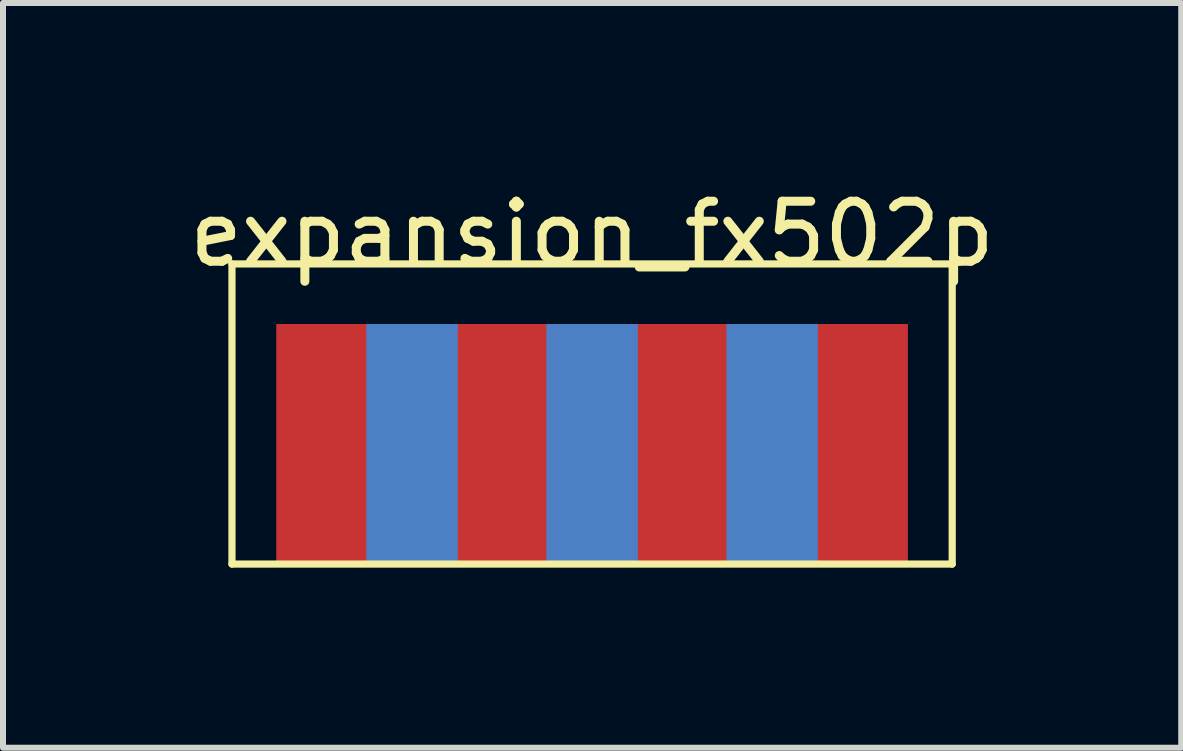
<source format=kicad_pcb>
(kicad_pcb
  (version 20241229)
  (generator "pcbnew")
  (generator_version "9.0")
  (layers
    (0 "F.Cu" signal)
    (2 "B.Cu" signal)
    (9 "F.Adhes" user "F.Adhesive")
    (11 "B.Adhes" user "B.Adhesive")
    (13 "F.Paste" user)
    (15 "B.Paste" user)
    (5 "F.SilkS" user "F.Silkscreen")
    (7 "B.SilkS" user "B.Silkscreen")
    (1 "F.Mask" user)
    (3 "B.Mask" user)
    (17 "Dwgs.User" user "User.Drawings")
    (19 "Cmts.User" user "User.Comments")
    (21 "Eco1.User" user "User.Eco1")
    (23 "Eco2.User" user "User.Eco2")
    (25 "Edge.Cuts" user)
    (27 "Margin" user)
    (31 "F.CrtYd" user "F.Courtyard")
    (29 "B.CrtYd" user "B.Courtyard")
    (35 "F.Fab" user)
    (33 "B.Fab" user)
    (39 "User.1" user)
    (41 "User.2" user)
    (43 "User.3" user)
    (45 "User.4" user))
  (footprint "expansion_fx502p"
    (layer "F.Cu")
    (at 6.315 1.848)
    (property "Reference" "expansion_fx502p" (at 0.5 -1 0) (layer "F.SilkS") (effects (font (size 1 1) (thickness 0.15))))
    (attr through_hole)
    (fp_line (start -5.5 -0.5) (end 6.5 -0.5) (stroke (width 0.12) (type solid)) (layer "F.SilkS"))
    (fp_line (start -5.5 4.5) (end -5.5 -0.5) (stroke (width 0.12) (type solid)) (layer "F.SilkS"))
    (fp_line (start 6.5 -0.5) (end 6.5 4.5) (stroke (width 0.12) (type solid)) (layer "F.SilkS"))
    (fp_line (start 6.5 4.5) (end -5.5 4.5) (stroke (width 0.12) (type solid)) (layer "F.SilkS"))
    (pad "1" connect rect (at -4 2.5) (size 1.524 4) (layers "F.Cu" "F.Mask"))
    (pad "2" connect rect (at -2.5 2.5) (size 1.524 4) (layers "B.Cu" "B.Mask"))
    (pad "3" connect rect (at -1 2.5) (size 1.524 4) (layers "F.Cu" "F.Mask"))
    (pad "4" connect rect (at 0.5 2.5) (size 1.524 4) (layers "B.Cu" "B.Mask"))
    (pad "5" connect rect (at 2 2.5) (size 1.524 4) (layers "F.Cu" "F.Mask"))
    (pad "6" connect rect (at 3.5 2.5) (size 1.524 4) (layers "B.Cu" "B.Mask"))
    (pad "7" connect rect (at 5 2.5) (size 1.524 4) (layers "F.Cu" "F.Mask")))
  (gr_rect
    (start -3 -3)
    (end 16.631 9.408)
    (stroke (width 0.1) (type default))
    (fill no)
    (layer "Edge.Cuts")))
</source>
